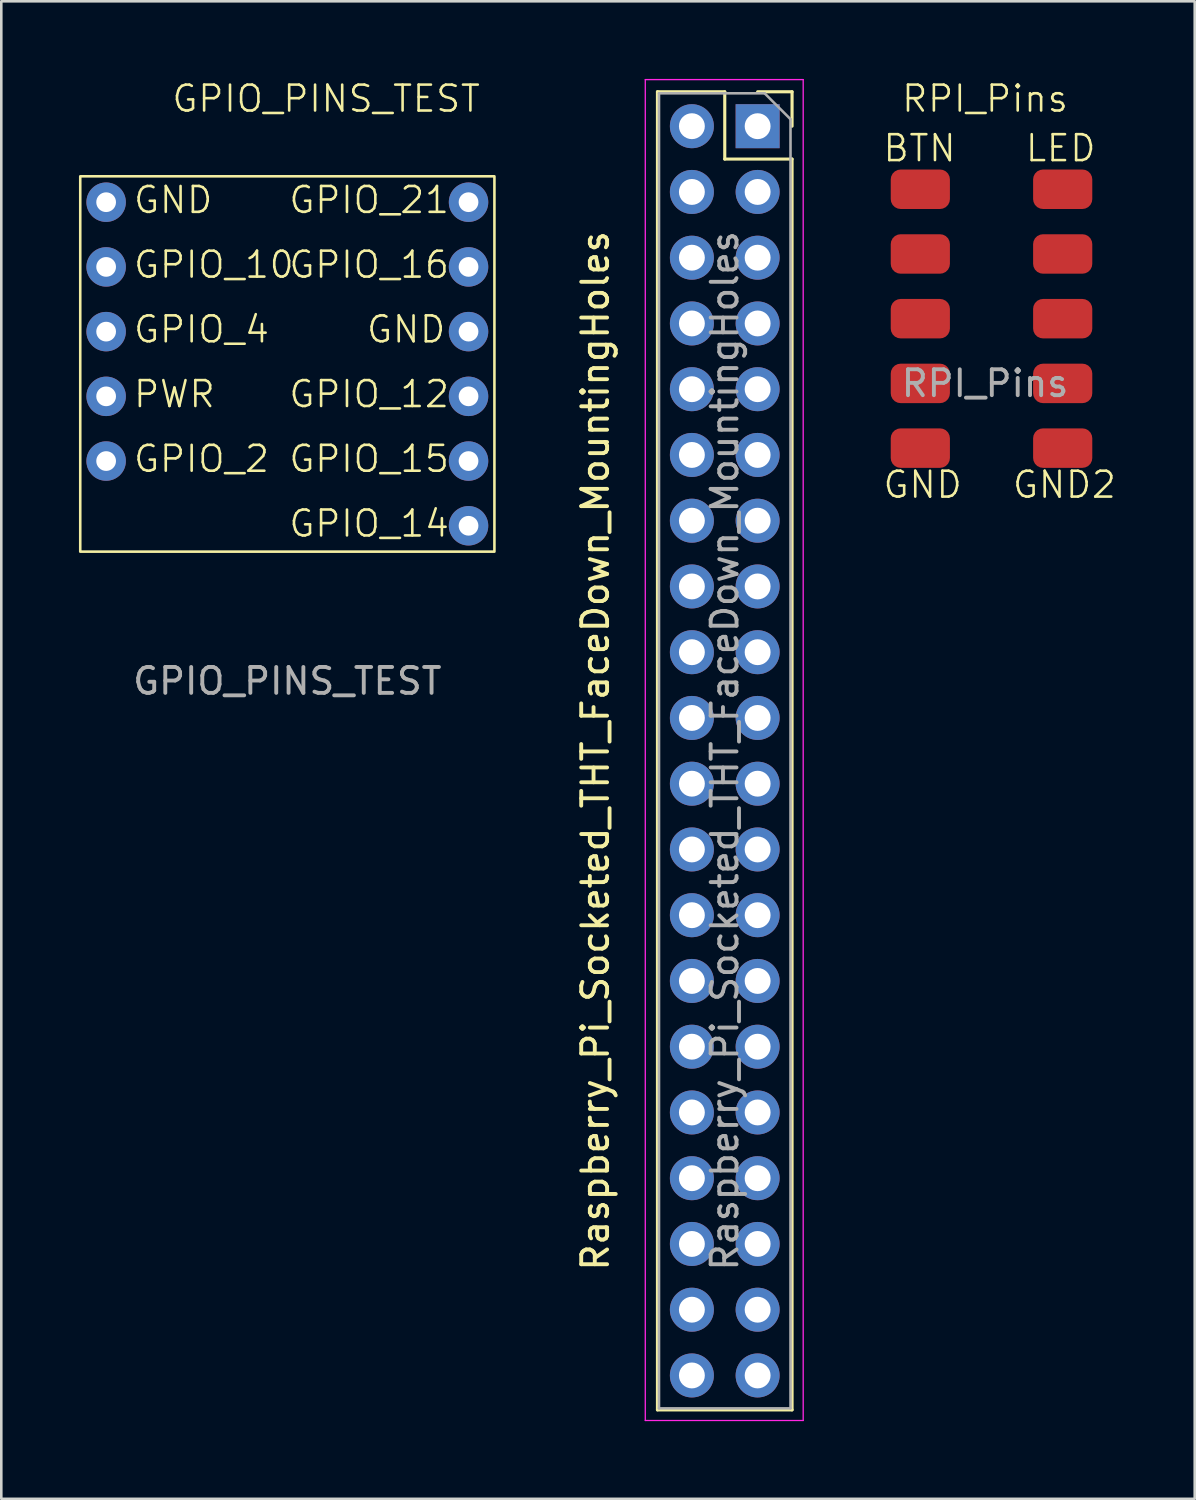
<source format=kicad_pcb>
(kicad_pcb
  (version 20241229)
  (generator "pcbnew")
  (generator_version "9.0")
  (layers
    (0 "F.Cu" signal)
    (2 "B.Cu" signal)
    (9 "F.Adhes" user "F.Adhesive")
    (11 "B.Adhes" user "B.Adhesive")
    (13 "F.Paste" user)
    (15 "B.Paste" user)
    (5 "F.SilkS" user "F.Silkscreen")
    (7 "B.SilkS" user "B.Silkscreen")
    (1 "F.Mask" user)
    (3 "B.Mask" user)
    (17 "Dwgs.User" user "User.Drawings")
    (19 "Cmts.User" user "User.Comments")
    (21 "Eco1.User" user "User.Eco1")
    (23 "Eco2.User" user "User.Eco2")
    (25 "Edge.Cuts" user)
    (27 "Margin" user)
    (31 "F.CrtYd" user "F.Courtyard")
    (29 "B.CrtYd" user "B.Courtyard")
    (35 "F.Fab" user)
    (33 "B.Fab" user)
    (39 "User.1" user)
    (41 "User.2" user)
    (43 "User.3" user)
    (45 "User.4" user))
  (footprint "RPI_Pins"
    (layer "F.Cu")
    (at 35.003 9.261)
    (property "Reference" "RPI_Pins" (at 0 -8.5 0) (unlocked yes) (layer "F.SilkS") (effects (font (size 1 1) (thickness 0.1))))
    (attr smd)
    (fp_text user "BTN" (at -4 -6 0) (unlocked yes) (layer "F.SilkS") (effects (font (size 1 1) (thickness 0.1)) (justify left bottom)))
    (fp_text user "LED" (at 1.5 -6 0) (unlocked yes) (layer "F.SilkS") (effects (font (size 1 1) (thickness 0.1)) (justify left bottom)))
    (fp_text user "GND2" (at 1 7 0) (unlocked yes) (layer "F.SilkS") (effects (font (size 1 1) (thickness 0.1)) (justify left bottom)))
    (fp_text user "GND" (at -4 7 0) (unlocked yes) (layer "F.SilkS") (effects (font (size 1 1) (thickness 0.1)) (justify left bottom)))
    (fp_text user "${REFERENCE}" (at 0 2.5 0) (unlocked yes) (layer "F.Fab") (effects (font (size 1 1) (thickness 0.15))))
    (pad "1" smd roundrect (at -2.5 -5) (size 2.286 1.524) (layers "F.Cu" "F.Mask" "F.Paste") (roundrect_rratio 0.25))
    (pad "2" smd roundrect (at -2.5 -2.5) (size 2.286 1.524) (layers "F.Cu" "F.Mask" "F.Paste") (roundrect_rratio 0.25))
    (pad "3" smd roundrect (at -2.5 0) (size 2.286 1.524) (layers "F.Cu" "F.Mask" "F.Paste") (roundrect_rratio 0.25))
    (pad "4" smd roundrect (at -2.5 2.5) (size 2.286 1.524) (layers "F.Cu" "F.Mask" "F.Paste") (roundrect_rratio 0.25))
    (pad "5" smd roundrect (at -2.5 5) (size 2.286 1.524) (layers "F.Cu" "F.Mask" "F.Paste") (roundrect_rratio 0.25))
    (pad "6" smd roundrect (at 3 -5) (size 2.286 1.524) (layers "F.Cu" "F.Mask" "F.Paste") (roundrect_rratio 0.25))
    (pad "7" smd roundrect (at 3 -2.5) (size 2.286 1.524) (layers "F.Cu" "F.Mask" "F.Paste") (roundrect_rratio 0.25))
    (pad "8" smd roundrect (at 3 0) (size 2.286 1.524) (layers "F.Cu" "F.Mask" "F.Paste") (roundrect_rratio 0.25))
    (pad "9" smd roundrect (at 3 2.5) (size 2.286 1.524) (layers "F.Cu" "F.Mask" "F.Paste") (roundrect_rratio 0.25))
    (pad "10" smd roundrect (at 3 5) (size 2.286 1.524) (layers "F.Cu" "F.Mask" "F.Paste") (roundrect_rratio 0.25)))
  (footprint "GPIO_PINS_TEST"
    (layer "F.Cu")
    (at 8.05 8.761)
    (property "Reference" "GPIO_PINS_TEST" (at 1.5 -8 0) (unlocked yes) (layer "F.SilkS") (effects (font (size 1 1) (thickness 0.1))))
    (attr through_hole)
    (fp_rect (start -8 -5) (end 8 9.5) (stroke (width 0.1) (type default)) (fill no) (layer "F.SilkS"))
    (fp_text user "GPIO_4" (at -6 1.5 0) (unlocked yes) (layer "F.SilkS") (effects (font (size 1 1) (thickness 0.1)) (justify left bottom)))
    (fp_text user "GND" (at -6 -3.5 0) (unlocked yes) (layer "F.SilkS") (effects (font (size 1 1) (thickness 0.1)) (justify left bottom)))
    (fp_text user "GPIO_12" (at 0 4 0) (unlocked yes) (layer "F.SilkS") (effects (font (size 1 1) (thickness 0.1)) (justify left bottom)))
    (fp_text user "GPIO_15" (at 0 6.5 0) (unlocked yes) (layer "F.SilkS") (effects (font (size 1 1) (thickness 0.1)) (justify left bottom)))
    (fp_text user "GPIO_16" (at 0 -1 0) (unlocked yes) (layer "F.SilkS") (effects (font (size 1 1) (thickness 0.1)) (justify left bottom)))
    (fp_text user "GPIO_14" (at 0 9 0) (unlocked yes) (layer "F.SilkS") (effects (font (size 1 1) (thickness 0.1)) (justify left bottom)))
    (fp_text user "GND" (at 3 1.5 0) (unlocked yes) (layer "F.SilkS") (effects (font (size 1 1) (thickness 0.1)) (justify left bottom)))
    (fp_text user "GPIO_10" (at -6 -1 0) (unlocked yes) (layer "F.SilkS") (effects (font (size 1 1) (thickness 0.1)) (justify left bottom)))
    (fp_text user "GPIO_21" (at 0 -3.5 0) (unlocked yes) (layer "F.SilkS") (effects (font (size 1 1) (thickness 0.1)) (justify left bottom)))
    (fp_text user "PWR" (at -6 4 0) (unlocked yes) (layer "F.SilkS") (effects (font (size 1 1) (thickness 0.1)) (justify left bottom)))
    (fp_text user "GPIO_2" (at -6 6.5 0) (unlocked yes) (layer "F.SilkS") (effects (font (size 1 1) (thickness 0.1)) (justify left bottom)))
    (fp_text user "${REFERENCE}" (at 0 14.5 0) (unlocked yes) (layer "F.Fab") (effects (font (size 1 1) (thickness 0.15))))
    (pad "3" thru_hole circle (at -7 6) (size 1.524 1.524) (drill 0.762) (layers "*.Cu" "*.Mask"))
    (pad "5" thru_hole circle (at -7 3.5) (size 1.524 1.524) (drill 0.762) (layers "*.Cu" "*.Mask"))
    (pad "7" thru_hole circle (at -7 1) (size 1.524 1.524) (drill 0.762) (layers "*.Cu" "*.Mask"))
    (pad "8" thru_hole circle (at 7 8.5) (size 1.524 1.524) (drill 0.762) (layers "*.Cu" "*.Mask"))
    (pad "10" thru_hole circle (at 7 6) (size 1.524 1.524) (drill 0.762) (layers "*.Cu" "*.Mask"))
    (pad "19" thru_hole circle (at -7 -1.5) (size 1.524 1.524) (drill 0.762) (layers "*.Cu" "*.Mask"))
    (pad "32" thru_hole circle (at 7 3.5) (size 1.524 1.524) (drill 0.762) (layers "*.Cu" "*.Mask"))
    (pad "34" thru_hole circle (at 7 1) (size 1.524 1.524) (drill 0.762) (layers "*.Cu" "*.Mask"))
    (pad "36" thru_hole circle (at 7 -1.5) (size 1.524 1.524) (drill 0.762) (layers "*.Cu" "*.Mask"))
    (pad "39" thru_hole circle (at -7 -4) (size 1.524 1.524) (drill 0.762) (layers "*.Cu" "*.Mask"))
    (pad "40" thru_hole circle (at 7 -4) (size 1.524 1.524) (drill 0.762) (layers "*.Cu" "*.Mask")))
  (footprint "Raspberry_Pi_Socketed_THT_FaceDown_MountingHoles"
    (layer "F.Cu")
    (at 26.218 1.825)
    (property "Reference" "Raspberry_Pi_Socketed_THT_FaceDown_MountingHoles" (at -6.27 24.13 90) (layer "F.SilkS") (effects (font (size 1 1) (thickness 0.15))))
    (attr through_hole)
    (fp_line (start -3.87 -1.33) (end -3.87 49.59) (stroke (width 0.12) (type solid)) (layer "F.SilkS"))
    (fp_line (start -3.87 -1.33) (end -1.27 -1.33) (stroke (width 0.12) (type solid)) (layer "F.SilkS"))
    (fp_line (start -3.87 49.59) (end 1.33 49.59) (stroke (width 0.12) (type solid)) (layer "F.SilkS"))
    (fp_line (start -1.27 -1.33) (end -1.27 1.27) (stroke (width 0.12) (type solid)) (layer "F.SilkS"))
    (fp_line (start -1.27 1.27) (end 1.33 1.27) (stroke (width 0.12) (type solid)) (layer "F.SilkS"))
    (fp_line (start 0 -1.33) (end 1.33 -1.33) (stroke (width 0.12) (type solid)) (layer "F.SilkS"))
    (fp_line (start 1.33 -1.33) (end 1.33 0) (stroke (width 0.12) (type solid)) (layer "F.SilkS"))
    (fp_line (start 1.33 1.27) (end 1.33 49.59) (stroke (width 0.12) (type solid)) (layer "F.SilkS"))
    (fp_line (start -4.34 -1.8) (end 1.76 -1.8) (stroke (width 0.05) (type solid)) (layer "F.CrtYd"))
    (fp_line (start -4.34 50) (end -4.34 -1.8) (stroke (width 0.05) (type solid)) (layer "F.CrtYd"))
    (fp_line (start 1.76 -1.8) (end 1.76 50) (stroke (width 0.05) (type solid)) (layer "F.CrtYd"))
    (fp_line (start 1.76 50) (end -4.34 50) (stroke (width 0.05) (type solid)) (layer "F.CrtYd"))
    (fp_line (start -3.81 -1.27) (end 0.27 -1.27) (stroke (width 0.1) (type solid)) (layer "F.Fab"))
    (fp_line (start -3.81 49.53) (end -3.81 -1.27) (stroke (width 0.1) (type solid)) (layer "F.Fab"))
    (fp_line (start 0.27 -1.27) (end 1.27 -0.27) (stroke (width 0.1) (type solid)) (layer "F.Fab"))
    (fp_line (start 1.27 -0.27) (end 1.27 49.53) (stroke (width 0.1) (type solid)) (layer "F.Fab"))
    (fp_line (start 1.27 49.53) (end -3.81 49.53) (stroke (width 0.1) (type solid)) (layer "F.Fab"))
    (fp_text user "${REFERENCE}" (at -1.27 24.13 90) (layer "F.Fab") (effects (font (size 1 1) (thickness 0.15))))
    (pad "1" thru_hole rect (at 0 0) (size 1.7 1.7) (drill 1) (layers "*.Cu" "*.Mask"))
    (pad "2" thru_hole oval (at -2.54 0) (size 1.7 1.7) (drill 1) (layers "*.Cu" "*.Mask"))
    (pad "3" thru_hole oval (at 0 2.54) (size 1.7 1.7) (drill 1) (layers "*.Cu" "*.Mask"))
    (pad "4" thru_hole oval (at -2.54 2.54) (size 1.7 1.7) (drill 1) (layers "*.Cu" "*.Mask"))
    (pad "5" thru_hole oval (at 0 5.08) (size 1.7 1.7) (drill 1) (layers "*.Cu" "*.Mask"))
    (pad "6" thru_hole oval (at -2.54 5.08) (size 1.7 1.7) (drill 1) (layers "*.Cu" "*.Mask"))
    (pad "7" thru_hole oval (at 0 7.62) (size 1.7 1.7) (drill 1) (layers "*.Cu" "*.Mask"))
    (pad "8" thru_hole oval (at -2.54 7.62) (size 1.7 1.7) (drill 1) (layers "*.Cu" "*.Mask"))
    (pad "9" thru_hole oval (at 0 10.16) (size 1.7 1.7) (drill 1) (layers "*.Cu" "*.Mask"))
    (pad "10" thru_hole oval (at -2.54 10.16) (size 1.7 1.7) (drill 1) (layers "*.Cu" "*.Mask"))
    (pad "11" thru_hole oval (at 0 12.7) (size 1.7 1.7) (drill 1) (layers "*.Cu" "*.Mask"))
    (pad "12" thru_hole oval (at -2.54 12.7) (size 1.7 1.7) (drill 1) (layers "*.Cu" "*.Mask"))
    (pad "13" thru_hole oval (at 0 15.24) (size 1.7 1.7) (drill 1) (layers "*.Cu" "*.Mask"))
    (pad "14" thru_hole oval (at -2.54 15.24) (size 1.7 1.7) (drill 1) (layers "*.Cu" "*.Mask"))
    (pad "15" thru_hole oval (at 0 17.78) (size 1.7 1.7) (drill 1) (layers "*.Cu" "*.Mask"))
    (pad "16" thru_hole oval (at -2.54 17.78) (size 1.7 1.7) (drill 1) (layers "*.Cu" "*.Mask"))
    (pad "17" thru_hole oval (at 0 20.32) (size 1.7 1.7) (drill 1) (layers "*.Cu" "*.Mask"))
    (pad "18" thru_hole oval (at -2.54 20.32) (size 1.7 1.7) (drill 1) (layers "*.Cu" "*.Mask"))
    (pad "19" thru_hole oval (at 0 22.86) (size 1.7 1.7) (drill 1) (layers "*.Cu" "*.Mask"))
    (pad "20" thru_hole oval (at -2.54 22.86) (size 1.7 1.7) (drill 1) (layers "*.Cu" "*.Mask"))
    (pad "21" thru_hole oval (at 0 25.4) (size 1.7 1.7) (drill 1) (layers "*.Cu" "*.Mask"))
    (pad "22" thru_hole oval (at -2.54 25.4) (size 1.7 1.7) (drill 1) (layers "*.Cu" "*.Mask"))
    (pad "23" thru_hole oval (at 0 27.94) (size 1.7 1.7) (drill 1) (layers "*.Cu" "*.Mask"))
    (pad "24" thru_hole oval (at -2.54 27.94) (size 1.7 1.7) (drill 1) (layers "*.Cu" "*.Mask"))
    (pad "25" thru_hole oval (at 0 30.48) (size 1.7 1.7) (drill 1) (layers "*.Cu" "*.Mask"))
    (pad "26" thru_hole oval (at -2.54 30.48) (size 1.7 1.7) (drill 1) (layers "*.Cu" "*.Mask"))
    (pad "27" thru_hole oval (at 0 33.02) (size 1.7 1.7) (drill 1) (layers "*.Cu" "*.Mask"))
    (pad "28" thru_hole oval (at -2.54 33.02) (size 1.7 1.7) (drill 1) (layers "*.Cu" "*.Mask"))
    (pad "29" thru_hole oval (at 0 35.56) (size 1.7 1.7) (drill 1) (layers "*.Cu" "*.Mask"))
    (pad "30" thru_hole oval (at -2.54 35.56) (size 1.7 1.7) (drill 1) (layers "*.Cu" "*.Mask"))
    (pad "31" thru_hole oval (at 0 38.1) (size 1.7 1.7) (drill 1) (layers "*.Cu" "*.Mask"))
    (pad "32" thru_hole oval (at -2.54 38.1) (size 1.7 1.7) (drill 1) (layers "*.Cu" "*.Mask"))
    (pad "33" thru_hole oval (at 0 40.64) (size 1.7 1.7) (drill 1) (layers "*.Cu" "*.Mask"))
    (pad "34" thru_hole oval (at -2.54 40.64) (size 1.7 1.7) (drill 1) (layers "*.Cu" "*.Mask"))
    (pad "35" thru_hole oval (at 0 43.18) (size 1.7 1.7) (drill 1) (layers "*.Cu" "*.Mask"))
    (pad "36" thru_hole oval (at -2.54 43.18) (size 1.7 1.7) (drill 1) (layers "*.Cu" "*.Mask"))
    (pad "37" thru_hole oval (at 0 45.72) (size 1.7 1.7) (drill 1) (layers "*.Cu" "*.Mask"))
    (pad "38" thru_hole oval (at -2.54 45.72) (size 1.7 1.7) (drill 1) (layers "*.Cu" "*.Mask"))
    (pad "39" thru_hole oval (at 0 48.26) (size 1.7 1.7) (drill 1) (layers "*.Cu" "*.Mask"))
    (pad "40" thru_hole oval (at -2.54 48.26) (size 1.7 1.7) (drill 1) (layers "*.Cu" "*.Mask")))
  (gr_rect
    (start -3 -3)
    (end 43.103 54.85)
    (stroke (width 0.1) (type default))
    (fill no)
    (layer "Edge.Cuts")))
</source>
